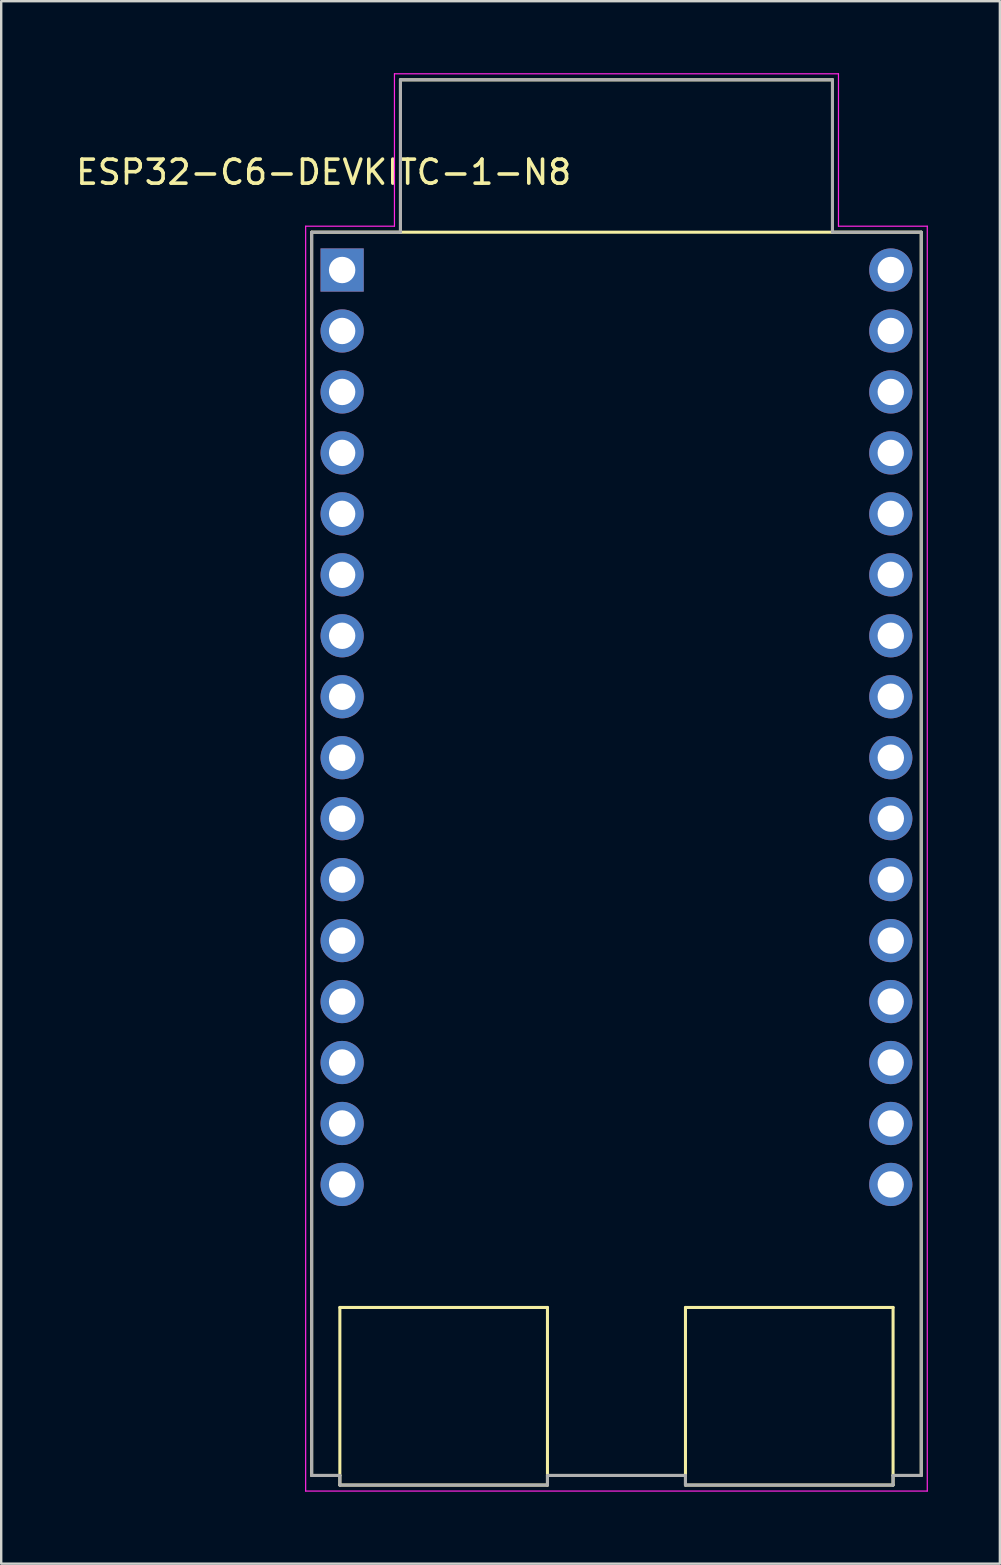
<source format=kicad_pcb>
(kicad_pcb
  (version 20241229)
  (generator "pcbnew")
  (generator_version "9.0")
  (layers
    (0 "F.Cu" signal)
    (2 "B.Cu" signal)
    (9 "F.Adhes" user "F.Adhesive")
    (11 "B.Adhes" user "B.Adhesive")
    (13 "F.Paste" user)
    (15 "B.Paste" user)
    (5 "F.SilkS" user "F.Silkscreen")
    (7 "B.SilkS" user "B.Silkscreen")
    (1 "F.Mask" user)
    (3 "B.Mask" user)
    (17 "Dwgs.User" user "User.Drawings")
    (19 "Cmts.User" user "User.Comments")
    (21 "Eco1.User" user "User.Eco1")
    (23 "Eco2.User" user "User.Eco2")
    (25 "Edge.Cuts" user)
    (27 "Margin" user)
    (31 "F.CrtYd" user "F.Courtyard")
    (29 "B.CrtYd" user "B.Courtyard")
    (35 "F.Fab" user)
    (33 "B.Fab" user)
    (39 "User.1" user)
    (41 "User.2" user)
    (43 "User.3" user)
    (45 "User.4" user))
  (footprint "ESP32-C6-DEVKITC-1-N8"
    (layer "F.Cu")
    (at 22.635 32.525)
    (property "Reference" "ESP32-C6-DEVKITC-1-N8" (at -12.2 -28.4 0) (layer "F.SilkS") (effects (font (size 1 1) (thickness 0.15))))
    (attr through_hole)
    (fp_line (start -12.7 -25.9) (end 12.7 -25.9) (stroke (width 0.127) (type solid)) (layer "F.SilkS"))
    (fp_line (start -12.7 25.9) (end -12.7 -25.9) (stroke (width 0.127) (type solid)) (layer "F.SilkS"))
    (fp_line (start -11.525 18.9) (end -11.525 26.3) (stroke (width 0.127) (type solid)) (layer "F.SilkS"))
    (fp_line (start -11.525 18.9) (end -2.875 18.9) (stroke (width 0.127) (type solid)) (layer "F.SilkS"))
    (fp_line (start -11.525 25.9) (end -12.7 25.9) (stroke (width 0.127) (type solid)) (layer "F.SilkS"))
    (fp_line (start -11.525 26.3) (end -2.875 26.3) (stroke (width 0.127) (type solid)) (layer "F.SilkS"))
    (fp_line (start -9 -32.25) (end 9 -32.25) (stroke (width 0.127) (type solid)) (layer "F.SilkS"))
    (fp_line (start -9 -25.9) (end -9 -32.25) (stroke (width 0.127) (type solid)) (layer "F.SilkS"))
    (fp_line (start -2.875 26.3) (end -2.875 18.9) (stroke (width 0.127) (type solid)) (layer "F.SilkS"))
    (fp_line (start 2.875 18.9) (end 2.875 26.3) (stroke (width 0.127) (type solid)) (layer "F.SilkS"))
    (fp_line (start 2.875 18.9) (end 11.525 18.9) (stroke (width 0.127) (type solid)) (layer "F.SilkS"))
    (fp_line (start 2.875 25.9) (end -2.875 25.9) (stroke (width 0.127) (type solid)) (layer "F.SilkS"))
    (fp_line (start 2.875 26.3) (end 11.525 26.3) (stroke (width 0.127) (type solid)) (layer "F.SilkS"))
    (fp_line (start 9 -32.25) (end 9 -25.9) (stroke (width 0.127) (type solid)) (layer "F.SilkS"))
    (fp_line (start 11.525 26.3) (end 11.525 18.9) (stroke (width 0.127) (type solid)) (layer "F.SilkS"))
    (fp_line (start 12.7 -25.9) (end 12.7 25.9) (stroke (width 0.127) (type solid)) (layer "F.SilkS"))
    (fp_line (start 12.7 25.9) (end 11.525 25.9) (stroke (width 0.127) (type solid)) (layer "F.SilkS"))
    (fp_line (start -12.95 -26.15) (end -9.25 -26.15) (stroke (width 0.05) (type solid)) (layer "F.CrtYd"))
    (fp_line (start -12.95 26.55) (end -12.95 -26.15) (stroke (width 0.05) (type solid)) (layer "F.CrtYd"))
    (fp_line (start -9.25 -32.5) (end 9.25 -32.5) (stroke (width 0.05) (type solid)) (layer "F.CrtYd"))
    (fp_line (start -9.25 -26.15) (end -9.25 -32.5) (stroke (width 0.05) (type solid)) (layer "F.CrtYd"))
    (fp_line (start 9.25 -32.5) (end 9.25 -26.15) (stroke (width 0.05) (type solid)) (layer "F.CrtYd"))
    (fp_line (start 9.25 -26.15) (end 12.95 -26.15) (stroke (width 0.05) (type solid)) (layer "F.CrtYd"))
    (fp_line (start 12.95 -26.15) (end 12.95 26.55) (stroke (width 0.05) (type solid)) (layer "F.CrtYd"))
    (fp_line (start 12.95 26.55) (end -12.95 26.55) (stroke (width 0.05) (type solid)) (layer "F.CrtYd"))
    (fp_line (start -12.7 -25.9) (end -9 -25.9) (stroke (width 0.127) (type solid)) (layer "F.Fab"))
    (fp_line (start -12.7 25.9) (end -12.7 -25.9) (stroke (width 0.127) (type solid)) (layer "F.Fab"))
    (fp_line (start -11.525 25.9) (end -12.7 25.9) (stroke (width 0.127) (type solid)) (layer "F.Fab"))
    (fp_line (start -11.525 25.9) (end -11.525 26.3) (stroke (width 0.127) (type solid)) (layer "F.Fab"))
    (fp_line (start -11.525 26.3) (end -2.875 26.3) (stroke (width 0.127) (type solid)) (layer "F.Fab"))
    (fp_line (start -9 -32.25) (end 9 -32.25) (stroke (width 0.127) (type solid)) (layer "F.Fab"))
    (fp_line (start -9 -25.9) (end -9 -32.25) (stroke (width 0.127) (type solid)) (layer "F.Fab"))
    (fp_line (start -2.875 26.3) (end -2.875 25.9) (stroke (width 0.127) (type solid)) (layer "F.Fab"))
    (fp_line (start 2.875 25.9) (end -2.875 25.9) (stroke (width 0.127) (type solid)) (layer "F.Fab"))
    (fp_line (start 2.875 25.9) (end 2.875 26.3) (stroke (width 0.127) (type solid)) (layer "F.Fab"))
    (fp_line (start 2.875 26.3) (end 11.525 26.3) (stroke (width 0.127) (type solid)) (layer "F.Fab"))
    (fp_line (start 9 -32.25) (end 9 -25.9) (stroke (width 0.127) (type solid)) (layer "F.Fab"))
    (fp_line (start 9 -25.9) (end 12.7 -25.9) (stroke (width 0.127) (type solid)) (layer "F.Fab"))
    (fp_line (start 11.525 26.3) (end 11.525 25.9) (stroke (width 0.127) (type solid)) (layer "F.Fab"))
    (fp_line (start 12.7 -25.9) (end 12.7 25.9) (stroke (width 0.127) (type solid)) (layer "F.Fab"))
    (fp_line (start 12.7 25.9) (end 11.525 25.9) (stroke (width 0.127) (type solid)) (layer "F.Fab"))
    (pad "J1_1" thru_hole rect (at -11.43 -24.325) (size 1.8 1.8) (drill 1.1) (layers "*.Cu" "*.Mask"))
    (pad "J1_2" thru_hole circle (at -11.43 -21.785) (size 1.8 1.8) (drill 1.1) (layers "*.Cu" "*.Mask"))
    (pad "J1_3" thru_hole circle (at -11.43 -19.245) (size 1.8 1.8) (drill 1.1) (layers "*.Cu" "*.Mask"))
    (pad "J1_4" thru_hole circle (at -11.43 -16.705) (size 1.8 1.8) (drill 1.1) (layers "*.Cu" "*.Mask"))
    (pad "J1_5" thru_hole circle (at -11.43 -14.165) (size 1.8 1.8) (drill 1.1) (layers "*.Cu" "*.Mask"))
    (pad "J1_6" thru_hole circle (at -11.43 -11.625) (size 1.8 1.8) (drill 1.1) (layers "*.Cu" "*.Mask"))
    (pad "J1_7" thru_hole circle (at -11.43 -9.085) (size 1.8 1.8) (drill 1.1) (layers "*.Cu" "*.Mask"))
    (pad "J1_8" thru_hole circle (at -11.43 -6.545) (size 1.8 1.8) (drill 1.1) (layers "*.Cu" "*.Mask"))
    (pad "J1_9" thru_hole circle (at -11.43 -4.005) (size 1.8 1.8) (drill 1.1) (layers "*.Cu" "*.Mask"))
    (pad "J1_10" thru_hole circle (at -11.43 -1.465) (size 1.8 1.8) (drill 1.1) (layers "*.Cu" "*.Mask"))
    (pad "J1_11" thru_hole circle (at -11.43 1.075) (size 1.8 1.8) (drill 1.1) (layers "*.Cu" "*.Mask"))
    (pad "J1_12" thru_hole circle (at -11.43 3.615) (size 1.8 1.8) (drill 1.1) (layers "*.Cu" "*.Mask"))
    (pad "J1_13" thru_hole circle (at -11.43 6.155) (size 1.8 1.8) (drill 1.1) (layers "*.Cu" "*.Mask"))
    (pad "J1_14" thru_hole circle (at -11.43 8.695) (size 1.8 1.8) (drill 1.1) (layers "*.Cu" "*.Mask"))
    (pad "J1_15" thru_hole circle (at -11.43 11.235) (size 1.8 1.8) (drill 1.1) (layers "*.Cu" "*.Mask"))
    (pad "J1_16" thru_hole circle (at -11.43 13.775) (size 1.8 1.8) (drill 1.1) (layers "*.Cu" "*.Mask"))
    (pad "J3_1" thru_hole circle (at 11.43 -24.325) (size 1.8 1.8) (drill 1.1) (layers "*.Cu" "*.Mask"))
    (pad "J3_2" thru_hole circle (at 11.43 -21.785) (size 1.8 1.8) (drill 1.1) (layers "*.Cu" "*.Mask"))
    (pad "J3_3" thru_hole circle (at 11.43 -19.245) (size 1.8 1.8) (drill 1.1) (layers "*.Cu" "*.Mask"))
    (pad "J3_4" thru_hole circle (at 11.43 -16.705) (size 1.8 1.8) (drill 1.1) (layers "*.Cu" "*.Mask"))
    (pad "J3_5" thru_hole circle (at 11.43 -14.165) (size 1.8 1.8) (drill 1.1) (layers "*.Cu" "*.Mask"))
    (pad "J3_6" thru_hole circle (at 11.43 -11.625) (size 1.8 1.8) (drill 1.1) (layers "*.Cu" "*.Mask"))
    (pad "J3_7" thru_hole circle (at 11.43 -9.085) (size 1.8 1.8) (drill 1.1) (layers "*.Cu" "*.Mask"))
    (pad "J3_8" thru_hole circle (at 11.43 -6.545) (size 1.8 1.8) (drill 1.1) (layers "*.Cu" "*.Mask"))
    (pad "J3_9" thru_hole circle (at 11.43 -4.005) (size 1.8 1.8) (drill 1.1) (layers "*.Cu" "*.Mask"))
    (pad "J3_10" thru_hole circle (at 11.43 -1.465) (size 1.8 1.8) (drill 1.1) (layers "*.Cu" "*.Mask"))
    (pad "J3_11" thru_hole circle (at 11.43 1.075) (size 1.8 1.8) (drill 1.1) (layers "*.Cu" "*.Mask"))
    (pad "J3_12" thru_hole circle (at 11.43 3.615) (size 1.8 1.8) (drill 1.1) (layers "*.Cu" "*.Mask"))
    (pad "J3_13" thru_hole circle (at 11.43 6.155) (size 1.8 1.8) (drill 1.1) (layers "*.Cu" "*.Mask"))
    (pad "J3_14" thru_hole circle (at 11.43 8.695) (size 1.8 1.8) (drill 1.1) (layers "*.Cu" "*.Mask"))
    (pad "J3_15" thru_hole circle (at 11.43 11.235) (size 1.8 1.8) (drill 1.1) (layers "*.Cu" "*.Mask"))
    (pad "J3_16" thru_hole circle (at 11.43 13.775) (size 1.8 1.8) (drill 1.1) (layers "*.Cu" "*.Mask")))
  (gr_rect
    (start -3 -3)
    (end 38.61 62.1)
    (stroke (width 0.1) (type default))
    (fill no)
    (layer "Edge.Cuts")))
</source>
